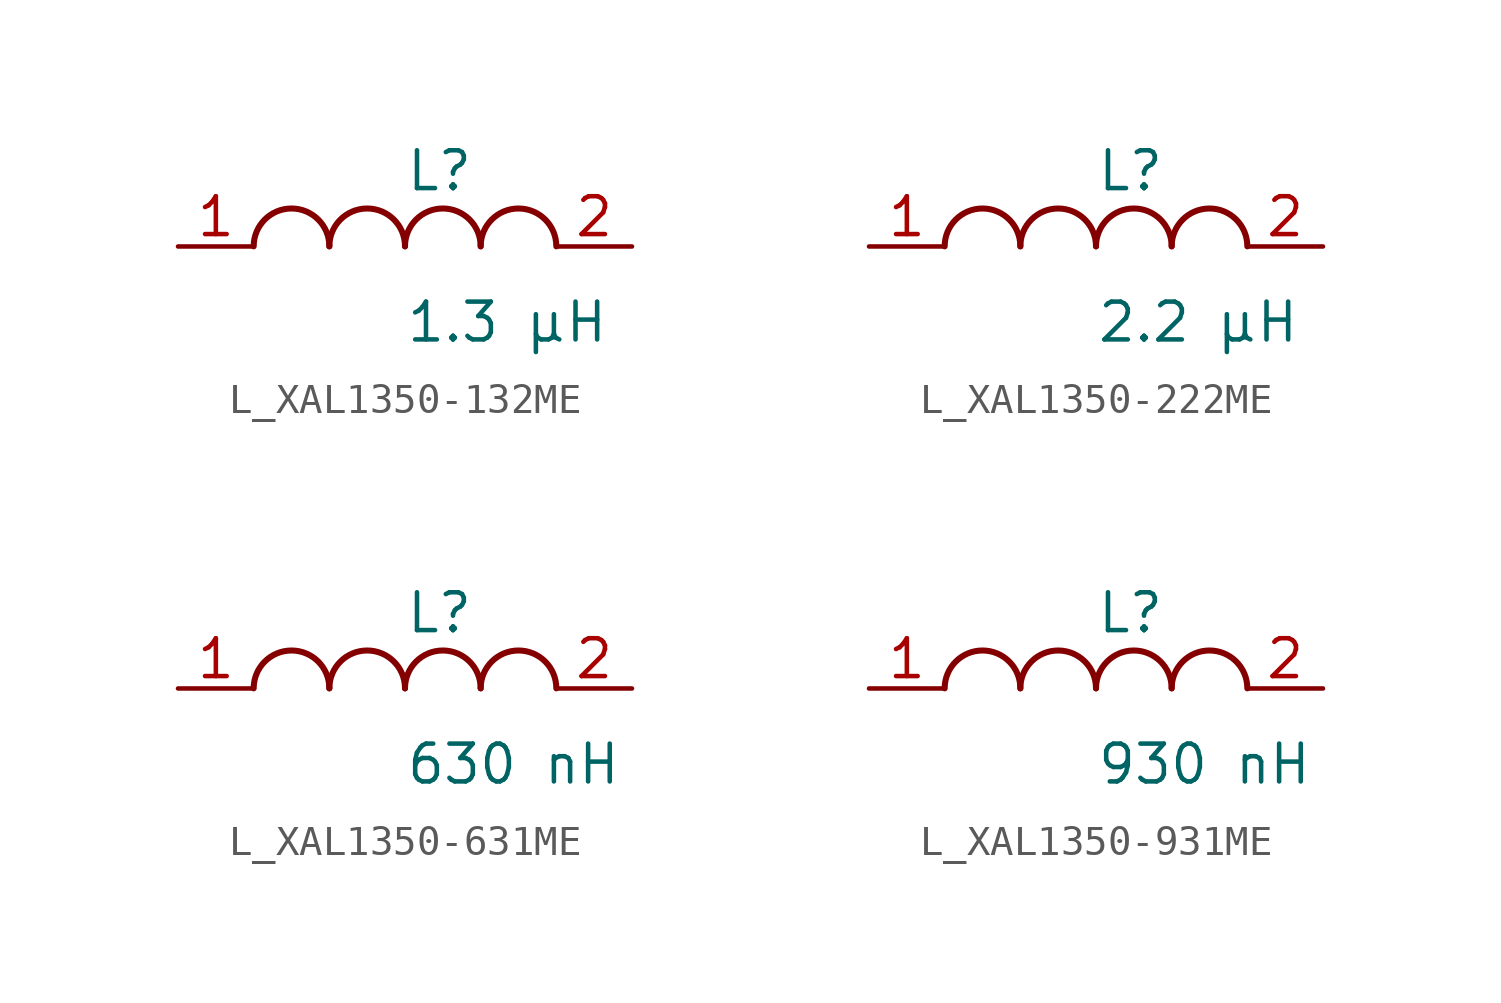
<source format=kicad_sym>
(kicad_symbol_lib
  (version 20231120)
  (generator kicad_symbol_editor)
  (generator_version 8.0)
  (symbol "L_XAL1350-132ME"
    (pin_names
      (offset 0.254))
    (property "Reference" "L"
      (at 0.0 2.54 0)
      (effects (font (size 1.27 1.27)) (justify left)))
    (property "Value" "1.3 µH"
      (at 0.0 -2.54 0)
      (effects (font (size 1.27 1.27)) (justify left)))
    (symbol "L_XAL1350-132ME_1_1"
      (arc (start -2.54 0.0056) (mid -3.81 1.27) (end -5.08 0.0056) (stroke (width 0.2032) (type default)) (fill (type none)))
      (arc (start 0 0.0056) (mid -1.27 1.27) (end -2.54 0.0056) (stroke (width 0.2032) (type default)) (fill (type none)))
      (arc (start 2.54 0.0056) (mid 1.27 1.27) (end 0 0.0056) (stroke (width 0.2032) (type default)) (fill (type none)))
      (arc (start 5.08 0.0056) (mid 3.81 1.27) (end 2.54 0.0056) (stroke (width 0.2032) (type default)) (fill (type none)))
      (pin unspecified line (at -7.62 0 0) (length 2.54) (name "" (effects (font (size 1.27 1.27)))) (number "1" (effects (font (size 1.27 1.27)))))
      (pin unspecified line (at 7.62 0 180) (length 2.54) (name "" (effects (font (size 1.27 1.27)))) (number "2" (effects (font (size 1.27 1.27)))))))
  (symbol "L_XAL1350-222ME"
    (pin_names
      (offset 0.254))
    (property "Reference" "L"
      (at 0.0 2.54 0)
      (effects (font (size 1.27 1.27)) (justify left)))
    (property "Value" "2.2 µH"
      (at 0.0 -2.54 0)
      (effects (font (size 1.27 1.27)) (justify left)))
    (symbol "L_XAL1350-222ME_1_1"
      (arc (start -2.54 0.0056) (mid -3.81 1.27) (end -5.08 0.0056) (stroke (width 0.2032) (type default)) (fill (type none)))
      (arc (start 0 0.0056) (mid -1.27 1.27) (end -2.54 0.0056) (stroke (width 0.2032) (type default)) (fill (type none)))
      (arc (start 2.54 0.0056) (mid 1.27 1.27) (end 0 0.0056) (stroke (width 0.2032) (type default)) (fill (type none)))
      (arc (start 5.08 0.0056) (mid 3.81 1.27) (end 2.54 0.0056) (stroke (width 0.2032) (type default)) (fill (type none)))
      (pin unspecified line (at -7.62 0 0) (length 2.54) (name "" (effects (font (size 1.27 1.27)))) (number "1" (effects (font (size 1.27 1.27)))))
      (pin unspecified line (at 7.62 0 180) (length 2.54) (name "" (effects (font (size 1.27 1.27)))) (number "2" (effects (font (size 1.27 1.27)))))))
  (symbol "L_XAL1350-631ME"
    (pin_names
      (offset 0.254))
    (property "Reference" "L"
      (at 0.0 2.54 0)
      (effects (font (size 1.27 1.27)) (justify left)))
    (property "Value" "630 nH"
      (at 0.0 -2.54 0)
      (effects (font (size 1.27 1.27)) (justify left)))
    (symbol "L_XAL1350-631ME_1_1"
      (arc (start -2.54 0.0056) (mid -3.81 1.27) (end -5.08 0.0056) (stroke (width 0.2032) (type default)) (fill (type none)))
      (arc (start 0 0.0056) (mid -1.27 1.27) (end -2.54 0.0056) (stroke (width 0.2032) (type default)) (fill (type none)))
      (arc (start 2.54 0.0056) (mid 1.27 1.27) (end 0 0.0056) (stroke (width 0.2032) (type default)) (fill (type none)))
      (arc (start 5.08 0.0056) (mid 3.81 1.27) (end 2.54 0.0056) (stroke (width 0.2032) (type default)) (fill (type none)))
      (pin unspecified line (at -7.62 0 0) (length 2.54) (name "" (effects (font (size 1.27 1.27)))) (number "1" (effects (font (size 1.27 1.27)))))
      (pin unspecified line (at 7.62 0 180) (length 2.54) (name "" (effects (font (size 1.27 1.27)))) (number "2" (effects (font (size 1.27 1.27)))))))
  (symbol "L_XAL1350-931ME"
    (pin_names
      (offset 0.254))
    (property "Reference" "L"
      (at 0.0 2.54 0)
      (effects (font (size 1.27 1.27)) (justify left)))
    (property "Value" "930 nH"
      (at 0.0 -2.54 0)
      (effects (font (size 1.27 1.27)) (justify left)))
    (symbol "L_XAL1350-931ME_1_1"
      (arc (start -2.54 0.0056) (mid -3.81 1.27) (end -5.08 0.0056) (stroke (width 0.2032) (type default)) (fill (type none)))
      (arc (start 0 0.0056) (mid -1.27 1.27) (end -2.54 0.0056) (stroke (width 0.2032) (type default)) (fill (type none)))
      (arc (start 2.54 0.0056) (mid 1.27 1.27) (end 0 0.0056) (stroke (width 0.2032) (type default)) (fill (type none)))
      (arc (start 5.08 0.0056) (mid 3.81 1.27) (end 2.54 0.0056) (stroke (width 0.2032) (type default)) (fill (type none)))
      (pin unspecified line (at -7.62 0 0) (length 2.54) (name "" (effects (font (size 1.27 1.27)))) (number "1" (effects (font (size 1.27 1.27)))))
      (pin unspecified line (at 7.62 0 180) (length 2.54) (name "" (effects (font (size 1.27 1.27)))) (number "2" (effects (font (size 1.27 1.27))))))))
</source>
